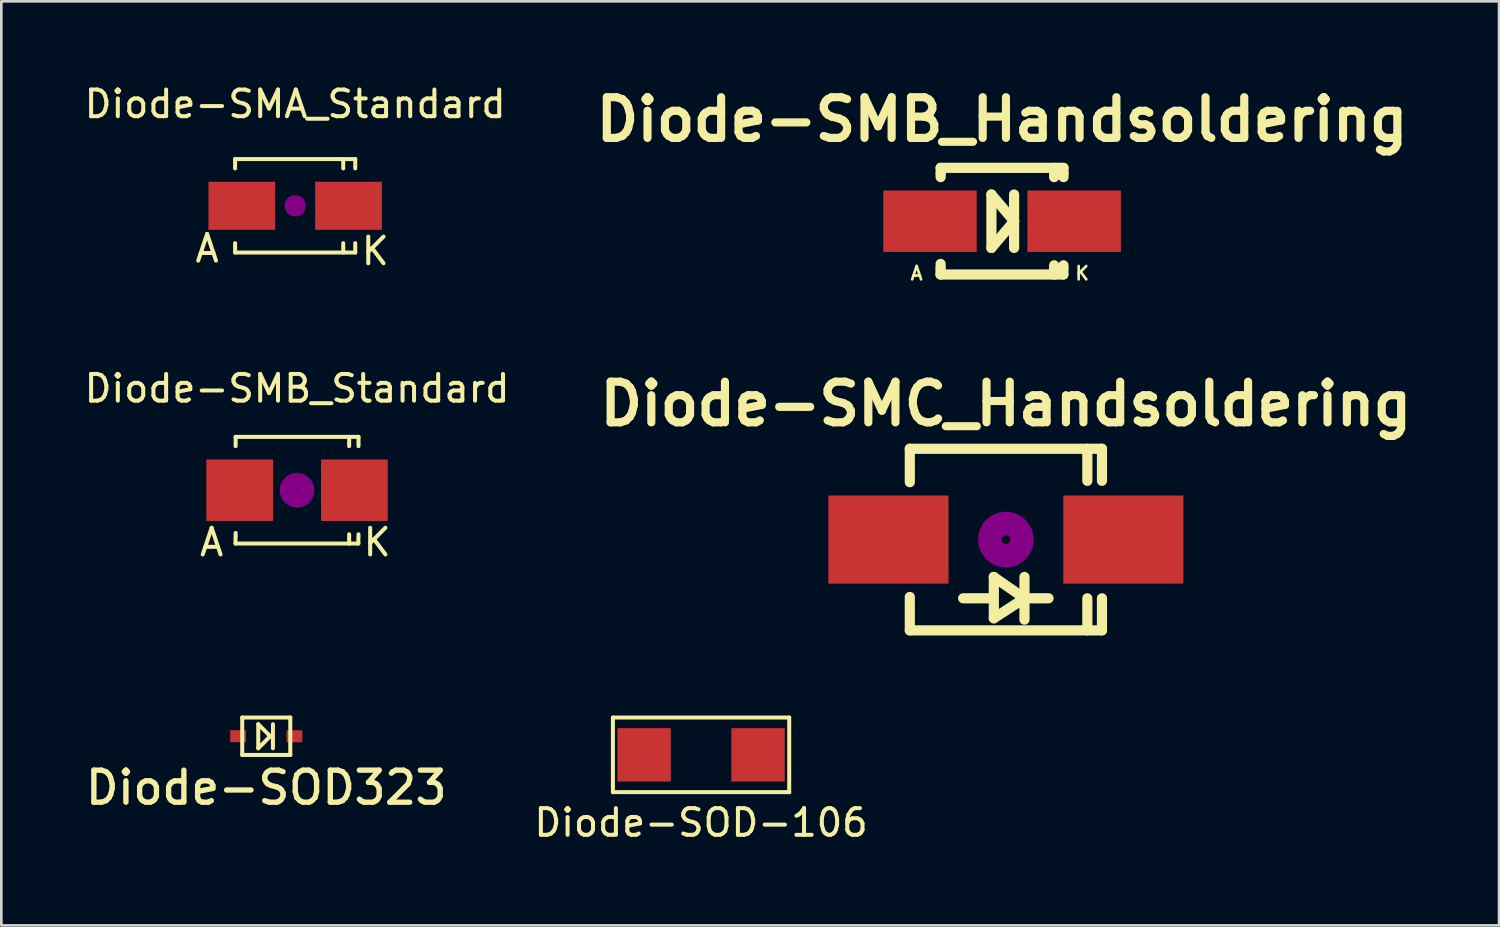
<source format=kicad_pcb>
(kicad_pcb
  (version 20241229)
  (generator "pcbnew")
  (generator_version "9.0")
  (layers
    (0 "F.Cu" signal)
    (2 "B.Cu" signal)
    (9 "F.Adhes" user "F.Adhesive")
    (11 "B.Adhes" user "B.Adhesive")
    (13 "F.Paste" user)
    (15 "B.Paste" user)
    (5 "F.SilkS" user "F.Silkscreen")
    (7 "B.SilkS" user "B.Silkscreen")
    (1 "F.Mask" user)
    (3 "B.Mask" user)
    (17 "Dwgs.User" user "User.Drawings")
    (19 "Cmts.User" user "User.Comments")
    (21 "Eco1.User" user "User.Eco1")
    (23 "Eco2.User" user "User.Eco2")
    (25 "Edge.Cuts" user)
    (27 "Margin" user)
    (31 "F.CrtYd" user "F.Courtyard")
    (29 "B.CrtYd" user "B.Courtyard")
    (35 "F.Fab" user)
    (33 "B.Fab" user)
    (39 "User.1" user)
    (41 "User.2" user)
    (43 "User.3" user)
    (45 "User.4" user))
  (footprint "Diode-SOD-106"
    (layer "F.Cu")
    (at 23.209 25.224)
    (property "Reference" "Diode-SOD-106" (at 0 2.54 0) (layer "F.SilkS") (effects (font (size 1 1) (thickness 0.15))))
    (attr through_hole)
    (fp_line (start -3.302 -1.397) (end -3.302 1.397) (stroke (width 0.15) (type solid)) (layer "F.SilkS"))
    (fp_line (start -3.302 1.397) (end 3.302 1.397) (stroke (width 0.15) (type solid)) (layer "F.SilkS"))
    (fp_line (start 3.302 -1.397) (end -3.302 -1.397) (stroke (width 0.15) (type solid)) (layer "F.SilkS"))
    (fp_line (start 3.302 1.397) (end 3.302 -1.397) (stroke (width 0.15) (type solid)) (layer "F.SilkS"))
    (pad "1" smd rect (at -2.134 0) (size 2 2) (layers "F.Cu" "F.Mask" "F.Paste"))
    (pad "2" smd rect (at 2.134 0) (size 2 2) (layers "F.Cu" "F.Mask" "F.Paste")))
  (footprint "Diode-SMA_Standard"
    (layer "F.Cu")
    (at 8.006 4.658)
    (property "Reference" "Diode-SMA_Standard" (at 0 -3.81 0) (layer "F.SilkS") (effects (font (size 1 1) (thickness 0.15))))
    (attr smd)
    (fp_line (start -2.25 -1.75) (end -2.25 -1.4) (stroke (width 0.15) (type solid)) (layer "F.SilkS"))
    (fp_line (start -2.25 -1.75) (end 2.25 -1.75) (stroke (width 0.15) (type solid)) (layer "F.SilkS"))
    (fp_line (start -2.25 1.75) (end -2.25 1.4) (stroke (width 0.15) (type solid)) (layer "F.SilkS"))
    (fp_line (start -2.25 1.75) (end 2.25 1.75) (stroke (width 0.15) (type solid)) (layer "F.SilkS"))
    (fp_line (start 1.801 -1.75) (end 1.801 -1.4) (stroke (width 0.15) (type solid)) (layer "F.SilkS"))
    (fp_line (start 1.801 1.75) (end 1.801 1.4) (stroke (width 0.15) (type solid)) (layer "F.SilkS"))
    (fp_line (start 2.25 -1.75) (end 2.25 -1.4) (stroke (width 0.15) (type solid)) (layer "F.SilkS"))
    (fp_line (start 2.25 1.75) (end 2.25 1.4) (stroke (width 0.15) (type solid)) (layer "F.SilkS"))
    (fp_circle (center 0 0) (end 0.201 -0.051) (stroke (width 0.381) (type solid)) (fill no) (layer "F.Adhes"))
    (fp_text user "K" (at 3 1.699 0) (layer "F.SilkS") (effects (font (size 1 1) (thickness 0.15))))
    (fp_text user "A" (at -3.299 1.6 0) (layer "F.SilkS") (effects (font (size 1 1) (thickness 0.15))))
    (pad "1" smd rect (at -1.999 0) (size 2.499 1.801) (layers "F.Cu" "F.Mask" "F.Paste"))
    (pad "2" smd rect (at 1.999 0) (size 2.499 1.801) (layers "F.Cu" "F.Mask" "F.Paste")))
  (footprint "Diode-SMB_Standard"
    (layer "F.Cu")
    (at 8.077 15.312)
    (property "Reference" "Diode-SMB_Standard" (at 0 -3.81 0) (layer "F.SilkS") (effects (font (size 1 1) (thickness 0.15))))
    (attr smd)
    (fp_line (start -2.306 1.996) (end -2.306 1.798) (stroke (width 0.15) (type solid)) (layer "F.SilkS"))
    (fp_line (start -2.306 1.996) (end 2.296 1.996) (stroke (width 0.15) (type solid)) (layer "F.SilkS"))
    (fp_line (start -2.301 -1.999) (end -2.301 -1.801) (stroke (width 0.15) (type solid)) (layer "F.SilkS"))
    (fp_line (start -2.301 -1.999) (end 2.301 -1.999) (stroke (width 0.15) (type solid)) (layer "F.SilkS"))
    (fp_line (start -2.301 -1.75) (end -2.301 -1.651) (stroke (width 0.15) (type solid)) (layer "F.SilkS"))
    (fp_line (start -2.301 1.75) (end -2.301 1.6) (stroke (width 0.15) (type solid)) (layer "F.SilkS"))
    (fp_line (start 1.951 -1.999) (end 1.951 -1.801) (stroke (width 0.15) (type solid)) (layer "F.SilkS"))
    (fp_line (start 1.951 -1.75) (end 1.951 -1.651) (stroke (width 0.15) (type solid)) (layer "F.SilkS"))
    (fp_line (start 1.951 1.75) (end 1.951 1.651) (stroke (width 0.15) (type solid)) (layer "F.SilkS"))
    (fp_line (start 1.951 1.999) (end 1.951 1.801) (stroke (width 0.15) (type solid)) (layer "F.SilkS"))
    (fp_line (start 2.296 1.996) (end 2.296 1.798) (stroke (width 0.15) (type solid)) (layer "F.SilkS"))
    (fp_line (start 2.301 -1.999) (end 2.301 -1.801) (stroke (width 0.15) (type solid)) (layer "F.SilkS"))
    (fp_line (start 2.301 -1.75) (end 2.301 -1.651) (stroke (width 0.15) (type solid)) (layer "F.SilkS"))
    (fp_line (start 2.301 1.75) (end 2.301 1.651) (stroke (width 0.15) (type solid)) (layer "F.SilkS"))
    (fp_circle (center 0 0) (end 0.201 0.099) (stroke (width 0.381) (type solid)) (fill no) (layer "F.Adhes"))
    (fp_circle (center 0 0) (end 0.45 0.099) (stroke (width 0.381) (type solid)) (fill no) (layer "F.Adhes"))
    (fp_text user "A" (at -3.2 1.951 0) (layer "F.SilkS") (effects (font (size 1 1) (thickness 0.15))))
    (fp_text user "K" (at 3 1.951 0) (layer "F.SilkS") (effects (font (size 1 1) (thickness 0.15))))
    (pad "1" smd rect (at -2.149 0) (size 2.499 2.301) (layers "F.Cu" "F.Mask" "F.Paste"))
    (pad "2" smd rect (at 2.149 0) (size 2.499 2.301) (layers "F.Cu" "F.Mask" "F.Paste")))
  (footprint "Diode-SOD323"
    (layer "F.Cu")
    (at 6.923 24.527)
    (property "Reference" "Diode-SOD323" (at 0 1.925 0) (layer "F.SilkS") (effects (font (size 1.2 1.2) (thickness 0.2))))
    (attr through_hole)
    (fp_line (start -0.9 -0.7) (end 0.9 -0.7) (stroke (width 0.15) (type solid)) (layer "F.SilkS"))
    (fp_line (start -0.9 0.7) (end -0.9 -0.7) (stroke (width 0.15) (type solid)) (layer "F.SilkS"))
    (fp_line (start -0.3 -0.45) (end -0.3 0.45) (stroke (width 0.15) (type solid)) (layer "F.SilkS"))
    (fp_line (start -0.3 0.45) (end 0.15 0) (stroke (width 0.15) (type solid)) (layer "F.SilkS"))
    (fp_line (start 0.15 0) (end -0.3 -0.45) (stroke (width 0.15) (type solid)) (layer "F.SilkS"))
    (fp_line (start 0.25 -0.45) (end 0.25 0.45) (stroke (width 0.15) (type solid)) (layer "F.SilkS"))
    (fp_line (start 0.9 -0.7) (end 0.9 0.7) (stroke (width 0.15) (type solid)) (layer "F.SilkS"))
    (fp_line (start 0.9 0.7) (end -0.9 0.7) (stroke (width 0.15) (type solid)) (layer "F.SilkS"))
    (pad "1" smd rect (at -1.055 0) (size 0.59 0.45) (layers "F.Cu" "F.Mask" "F.Paste"))
    (pad "2" smd rect (at 1.055 0) (size 0.59 0.45) (layers "F.Cu" "F.Mask" "F.Paste")))
  (footprint "Diode-SMC_Handsoldering"
    (layer "F.Cu")
    (at 34.627 17.16)
    (property "Reference" "Diode-SMC_Handsoldering" (at 0 -5.08 0) (layer "F.SilkS") (effects (font (size 1.524 1.524) (thickness 0.305))))
    (attr smd)
    (fp_line (start -3.599 -3.401) (end -3.599 -2.149) (stroke (width 0.381) (type solid)) (layer "F.SilkS"))
    (fp_line (start -3.599 -3.401) (end 3.599 -3.401) (stroke (width 0.381) (type solid)) (layer "F.SilkS"))
    (fp_line (start -3.599 3.401) (end -3.599 2.149) (stroke (width 0.381) (type solid)) (layer "F.SilkS"))
    (fp_line (start -3.599 3.401) (end 3.599 3.401) (stroke (width 0.381) (type solid)) (layer "F.SilkS"))
    (fp_line (start -0.602 2.2) (end -1.6 2.2) (stroke (width 0.381) (type solid)) (layer "F.SilkS"))
    (fp_line (start -0.452 2.949) (end -0.452 1.4) (stroke (width 0.381) (type solid)) (layer "F.SilkS"))
    (fp_line (start 0.696 1.4) (end 0.696 3) (stroke (width 0.381) (type solid)) (layer "F.SilkS"))
    (fp_line (start 0.696 2.2) (end -0.455 1.4) (stroke (width 0.381) (type solid)) (layer "F.SilkS"))
    (fp_line (start 0.696 2.2) (end 1.598 2.2) (stroke (width 0.381) (type solid)) (layer "F.SilkS"))
    (fp_line (start 0.699 2.2) (end -0.452 2.949) (stroke (width 0.381) (type solid)) (layer "F.SilkS"))
    (fp_line (start 3.051 -3.401) (end 3.051 -2.2) (stroke (width 0.381) (type solid)) (layer "F.SilkS"))
    (fp_line (start 3.051 3.401) (end 3.051 2.2) (stroke (width 0.381) (type solid)) (layer "F.SilkS"))
    (fp_line (start 3.599 -3.401) (end 3.599 -2.2) (stroke (width 0.381) (type solid)) (layer "F.SilkS"))
    (fp_line (start 3.599 3.401) (end 3.599 2.2) (stroke (width 0.381) (type solid)) (layer "F.SilkS"))
    (fp_circle (center 0 0) (end 0.15 0.051) (stroke (width 0.381) (type solid)) (fill no) (layer "F.Adhes"))
    (fp_circle (center 0 0) (end 0.5 0.051) (stroke (width 0.381) (type solid)) (fill no) (layer "F.Adhes"))
    (fp_circle (center 0 0) (end 0.851 0.051) (stroke (width 0.381) (type solid)) (fill no) (layer "F.Adhes"))
    (pad "1" smd rect (at -4.399 0 90) (size 3.299 4.501) (layers "F.Cu" "F.Mask" "F.Paste"))
    (pad "2" smd rect (at 4.399 0 90) (size 3.299 4.498) (layers "F.Cu" "F.Mask" "F.Paste")))
  (footprint "Diode-SMB_Handsoldering"
    (layer "F.Cu")
    (at 34.484 5.236)
    (property "Reference" "Diode-SMB_Handsoldering" (at 0 -3.81 0) (layer "F.SilkS") (effects (font (size 1.524 1.524) (thickness 0.305))))
    (attr smd)
    (fp_line (start -2.306 1.996) (end -2.306 1.798) (stroke (width 0.381) (type solid)) (layer "F.SilkS"))
    (fp_line (start -2.306 1.996) (end 2.296 1.996) (stroke (width 0.381) (type solid)) (layer "F.SilkS"))
    (fp_line (start -2.301 -1.999) (end -2.301 -1.801) (stroke (width 0.381) (type solid)) (layer "F.SilkS"))
    (fp_line (start -2.301 -1.999) (end 2.301 -1.999) (stroke (width 0.381) (type solid)) (layer "F.SilkS"))
    (fp_line (start -2.301 -1.75) (end -2.301 -1.651) (stroke (width 0.381) (type solid)) (layer "F.SilkS"))
    (fp_line (start -2.301 1.75) (end -2.301 1.6) (stroke (width 0.381) (type solid)) (layer "F.SilkS"))
    (fp_line (start -0.399 -1.001) (end -0.399 1.001) (stroke (width 0.381) (type solid)) (layer "F.SilkS"))
    (fp_line (start -0.399 1.001) (end 0.45 0) (stroke (width 0.381) (type solid)) (layer "F.SilkS"))
    (fp_line (start 0.45 0) (end -0.399 -1.001) (stroke (width 0.381) (type solid)) (layer "F.SilkS"))
    (fp_line (start 0.45 0) (end 0.45 -1.001) (stroke (width 0.381) (type solid)) (layer "F.SilkS"))
    (fp_line (start 0.45 0) (end 0.45 1.001) (stroke (width 0.381) (type solid)) (layer "F.SilkS"))
    (fp_line (start 1.951 -1.999) (end 1.951 -1.801) (stroke (width 0.381) (type solid)) (layer "F.SilkS"))
    (fp_line (start 1.951 -1.75) (end 1.951 -1.651) (stroke (width 0.381) (type solid)) (layer "F.SilkS"))
    (fp_line (start 1.951 1.75) (end 1.951 1.651) (stroke (width 0.381) (type solid)) (layer "F.SilkS"))
    (fp_line (start 1.951 1.999) (end 1.951 1.801) (stroke (width 0.381) (type solid)) (layer "F.SilkS"))
    (fp_line (start 2.296 1.996) (end 2.296 1.798) (stroke (width 0.381) (type solid)) (layer "F.SilkS"))
    (fp_line (start 2.301 -1.999) (end 2.301 -1.801) (stroke (width 0.381) (type solid)) (layer "F.SilkS"))
    (fp_line (start 2.301 -1.75) (end 2.301 -1.651) (stroke (width 0.381) (type solid)) (layer "F.SilkS"))
    (fp_line (start 2.301 1.75) (end 2.301 1.651) (stroke (width 0.381) (type solid)) (layer "F.SilkS"))
    (fp_text user "K" (at 3 1.951 0) (layer "F.SilkS") (effects (font (size 0.5 0.5) (thickness 0.099))))
    (fp_text user "A" (at -3.2 1.951 0) (layer "F.SilkS") (effects (font (size 0.5 0.5) (thickness 0.099))))
    (pad "1" smd rect (at -2.7 0) (size 3.5 2.301) (layers "F.Cu" "F.Mask" "F.Paste"))
    (pad "2" smd rect (at 2.7 0) (size 3.5 2.301) (layers "F.Cu" "F.Mask" "F.Paste")))
  (gr_rect
    (start -3 -3)
    (end 53.099 31.612)
    (stroke (width 0.1) (type default))
    (fill no)
    (layer "Edge.Cuts")))
</source>
